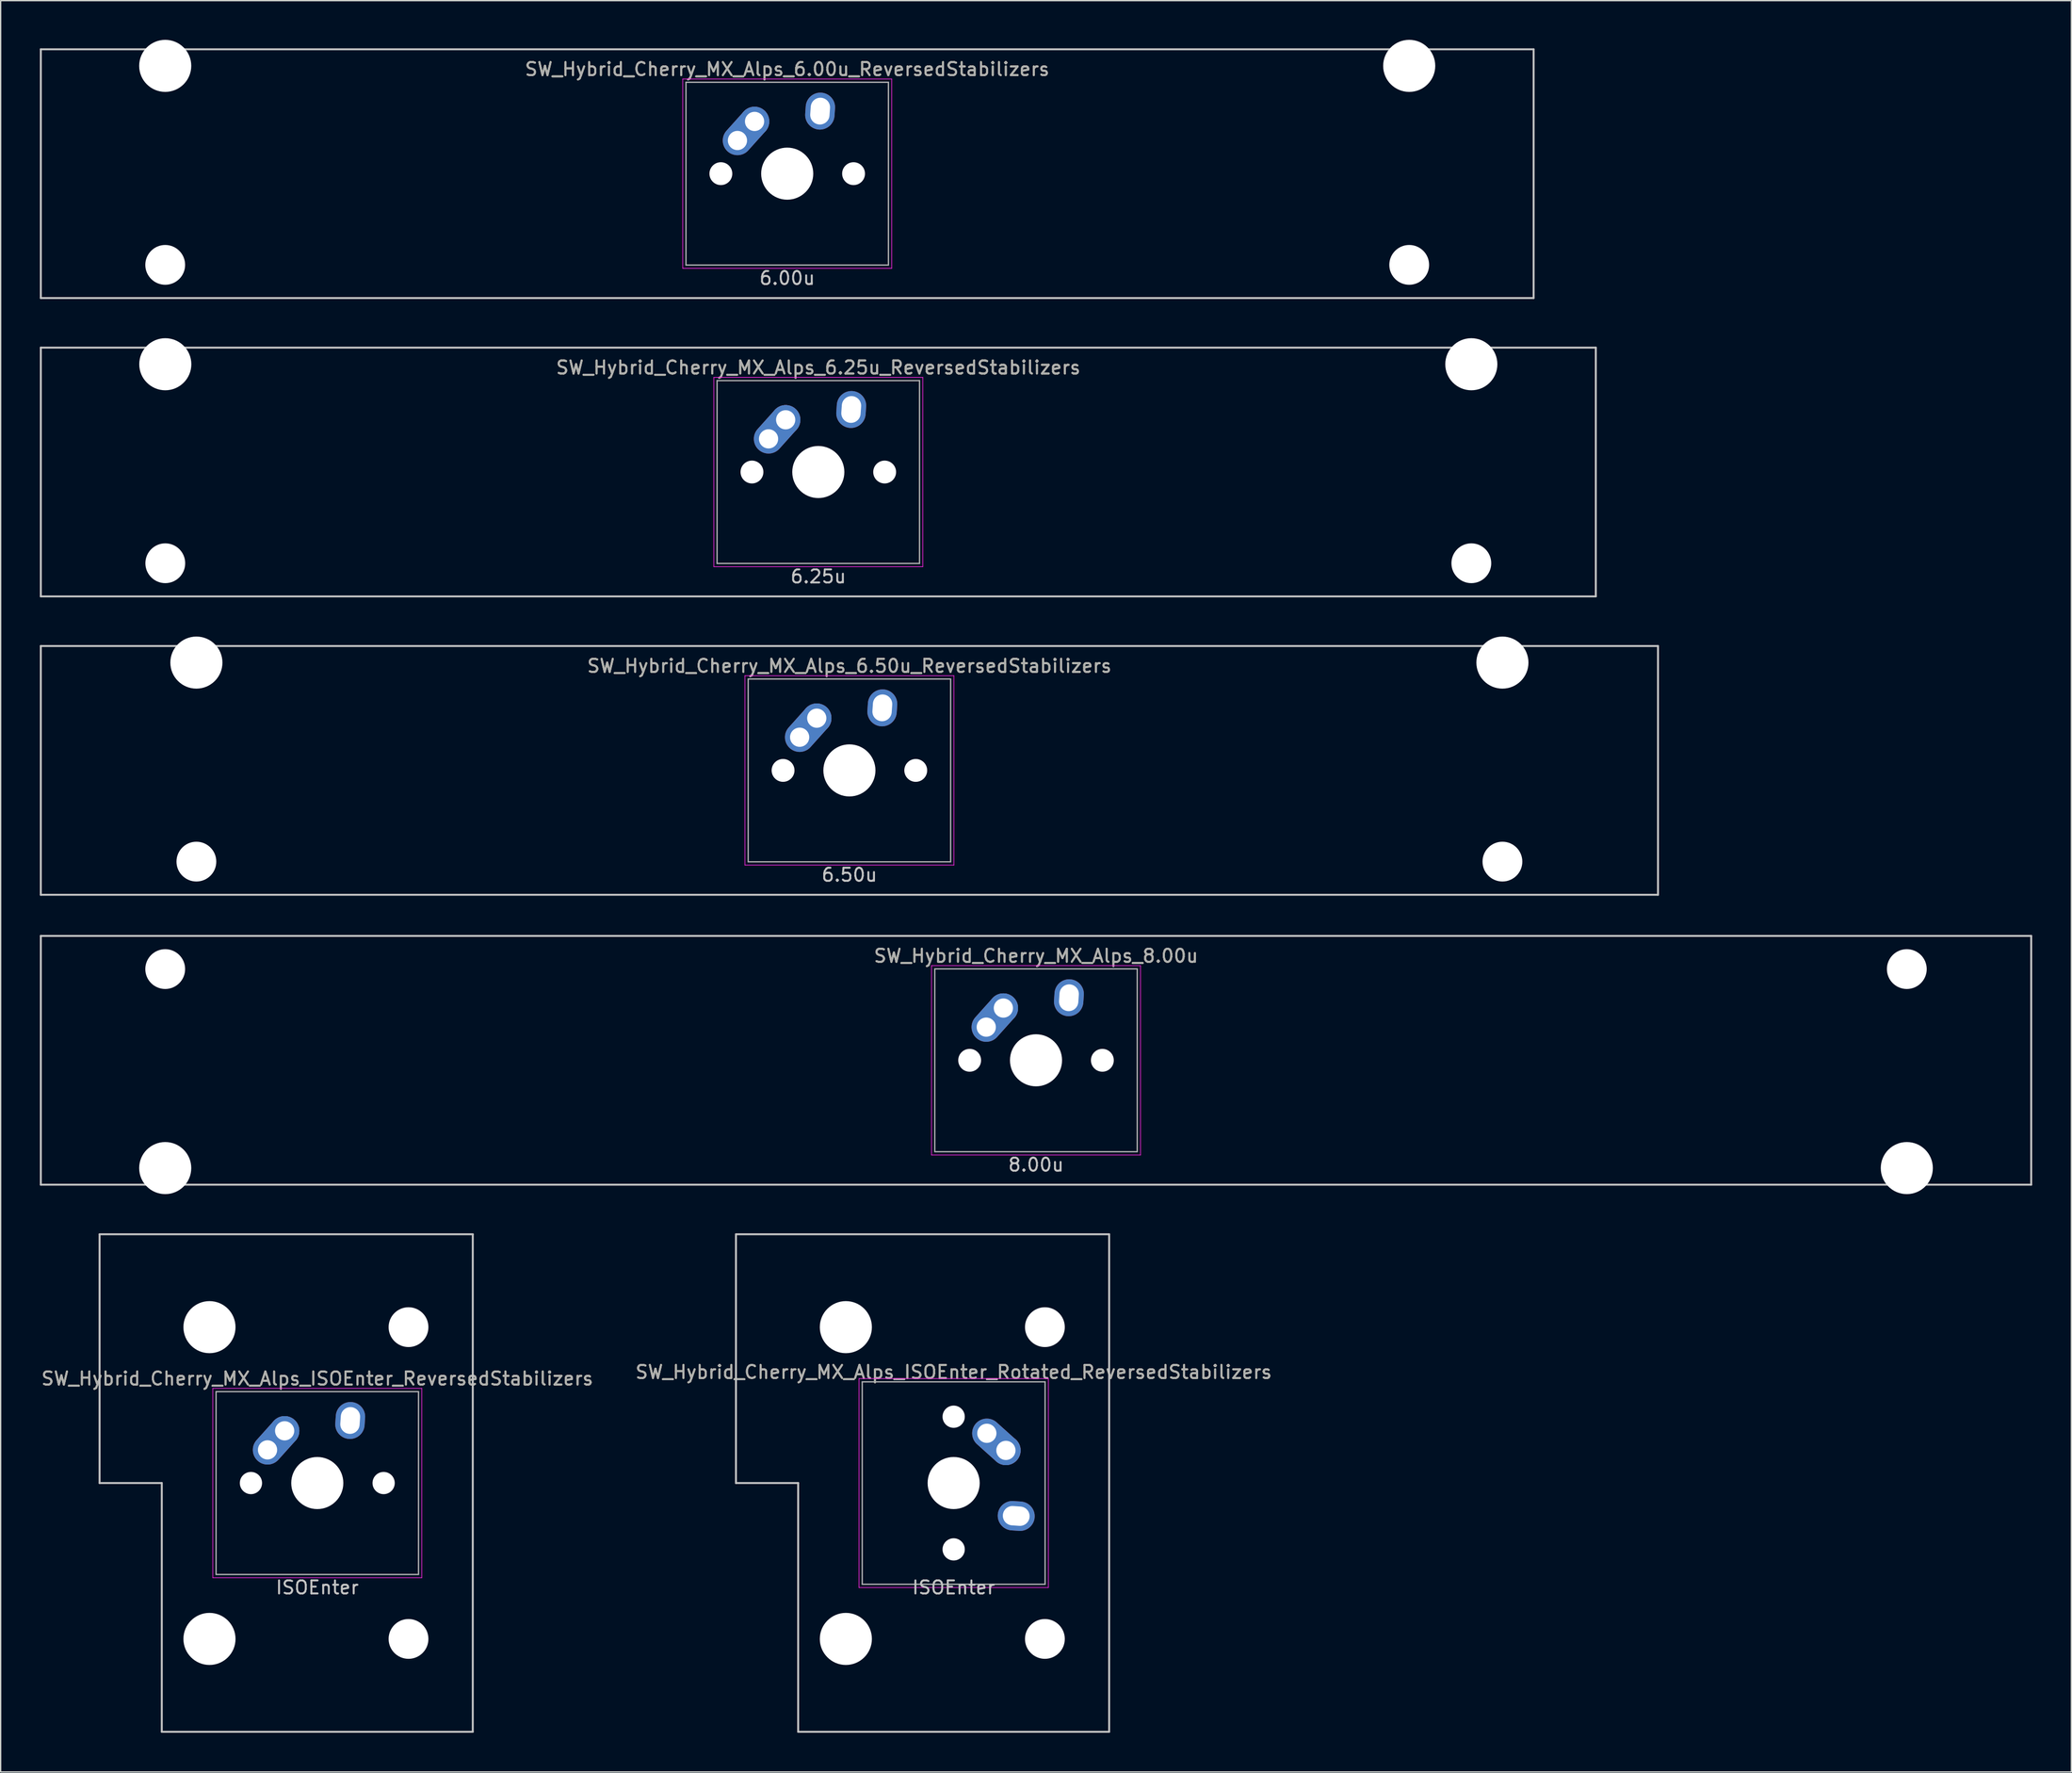
<source format=kicad_pcb>
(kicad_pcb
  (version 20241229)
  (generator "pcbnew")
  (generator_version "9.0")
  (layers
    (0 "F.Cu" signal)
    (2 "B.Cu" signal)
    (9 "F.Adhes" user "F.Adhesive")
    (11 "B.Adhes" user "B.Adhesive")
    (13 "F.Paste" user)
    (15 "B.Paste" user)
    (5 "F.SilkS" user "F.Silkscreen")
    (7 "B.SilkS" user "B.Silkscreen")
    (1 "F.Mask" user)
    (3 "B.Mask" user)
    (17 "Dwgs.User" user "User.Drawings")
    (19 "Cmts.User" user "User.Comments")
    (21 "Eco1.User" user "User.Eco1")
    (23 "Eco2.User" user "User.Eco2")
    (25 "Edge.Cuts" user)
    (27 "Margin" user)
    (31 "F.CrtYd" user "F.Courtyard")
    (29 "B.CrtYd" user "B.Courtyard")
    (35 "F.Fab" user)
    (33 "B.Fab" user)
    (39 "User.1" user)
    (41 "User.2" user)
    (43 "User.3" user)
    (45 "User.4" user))
  (footprint "SW_Hybrid_Cherry_MX_Alps_6.50u_ReversedStabilizers"
    (layer "F.Cu")
    (at 61.987 55.947)
    (property "Reference" "SW_Hybrid_Cherry_MX_Alps_6.50u_ReversedStabilizers" (at 0 -8 0) (layer "F.SilkS") (effects (font (size 1 1) (thickness 0.15))))
    (attr through_hole)
    (fp_line (start -61.913 -9.525) (end 61.913 -9.525) (stroke (width 0.15) (type solid)) (layer "Dwgs.User"))
    (fp_line (start -61.913 9.525) (end -61.913 -9.525) (stroke (width 0.15) (type solid)) (layer "Dwgs.User"))
    (fp_line (start -61.913 9.525) (end 61.913 9.525) (stroke (width 0.15) (type solid)) (layer "Dwgs.User"))
    (fp_line (start 61.913 -9.525) (end 61.913 9.525) (stroke (width 0.15) (type solid)) (layer "Dwgs.User"))
    (fp_line (start -8 -7.25) (end 8 -7.25) (stroke (width 0.05) (type solid)) (layer "F.CrtYd"))
    (fp_line (start -8 7.25) (end -8 -7.25) (stroke (width 0.05) (type solid)) (layer "F.CrtYd"))
    (fp_line (start 8 -7.25) (end 8 7.25) (stroke (width 0.05) (type solid)) (layer "F.CrtYd"))
    (fp_line (start 8 7.25) (end -8 7.25) (stroke (width 0.05) (type solid)) (layer "F.CrtYd"))
    (fp_line (start -7.75 -7) (end 7.75 -7) (stroke (width 0.1) (type solid)) (layer "F.Fab"))
    (fp_line (start -7.75 7) (end -7.75 -7) (stroke (width 0.1) (type solid)) (layer "F.Fab"))
    (fp_line (start 7.75 -7) (end 7.75 7) (stroke (width 0.1) (type solid)) (layer "F.Fab"))
    (fp_line (start 7.75 7) (end -7.75 7) (stroke (width 0.1) (type solid)) (layer "F.Fab"))
    (fp_text user "6.50u" (at 0 8 0) (layer "Dwgs.User") (effects (font (size 1 1) (thickness 0.15))))
    (fp_text user "${REFERENCE}" (at 0 -8 0) (layer "F.Fab") (effects (font (size 1 1) (thickness 0.15))))
    (pad "" np_thru_hole circle (at -50 -8.255) (size 3.988 3.988) (drill 3.988) (layers "*.Cu" "*.Mask"))
    (pad "" np_thru_hole circle (at -50 6.985) (size 3.048 3.048) (drill 3.048) (layers "*.Cu" "*.Mask"))
    (pad "" np_thru_hole circle (at -5.08 0 48.1) (size 1.75 1.75) (drill 1.75) (layers "*.Cu" "*.Mask"))
    (pad "" np_thru_hole circle (at 0 0) (size 3.988 3.988) (drill 3.988) (layers "*.Cu" "*.Mask"))
    (pad "" np_thru_hole circle (at 5.08 0 48.1) (size 1.75 1.75) (drill 1.75) (layers "*.Cu" "*.Mask"))
    (pad "" np_thru_hole circle (at 50 -8.255) (size 3.988 3.988) (drill 3.988) (layers "*.Cu" "*.Mask"))
    (pad "" np_thru_hole circle (at 50 6.985) (size 3.048 3.048) (drill 3.048) (layers "*.Cu" "*.Mask"))
    (pad "1" thru_hole oval (at -3.81 -2.54 48.1) (size 4.212 2.25) (drill 1.47 (offset 0.981 0)) (layers "*.Cu" "B.Mask"))
    (pad "1" thru_hole circle (at -2.5 -4) (size 2.25 2.25) (drill 1.47) (layers "*.Cu" "B.Mask"))
    (pad "2" thru_hole oval (at 2.52 -4.79 86) (size 2.831 2.25) (drill oval 2.051 1.48) (layers "*.Cu" "B.Mask")))
  (footprint "SW_Hybrid_Cherry_MX_Alps_6.25u_ReversedStabilizers"
    (layer "F.Cu")
    (at 59.606 33.098)
    (property "Reference" "SW_Hybrid_Cherry_MX_Alps_6.25u_ReversedStabilizers" (at 0 -8 0) (layer "F.SilkS") (effects (font (size 1 1) (thickness 0.15))))
    (attr through_hole)
    (fp_line (start -59.531 -9.525) (end 59.531 -9.525) (stroke (width 0.15) (type solid)) (layer "Dwgs.User"))
    (fp_line (start -59.531 9.525) (end -59.531 -9.525) (stroke (width 0.15) (type solid)) (layer "Dwgs.User"))
    (fp_line (start -59.531 9.525) (end 59.531 9.525) (stroke (width 0.15) (type solid)) (layer "Dwgs.User"))
    (fp_line (start 59.531 -9.525) (end 59.531 9.525) (stroke (width 0.15) (type solid)) (layer "Dwgs.User"))
    (fp_line (start -8 -7.25) (end 8 -7.25) (stroke (width 0.05) (type solid)) (layer "F.CrtYd"))
    (fp_line (start -8 7.25) (end -8 -7.25) (stroke (width 0.05) (type solid)) (layer "F.CrtYd"))
    (fp_line (start 8 -7.25) (end 8 7.25) (stroke (width 0.05) (type solid)) (layer "F.CrtYd"))
    (fp_line (start 8 7.25) (end -8 7.25) (stroke (width 0.05) (type solid)) (layer "F.CrtYd"))
    (fp_line (start -7.75 -7) (end 7.75 -7) (stroke (width 0.1) (type solid)) (layer "F.Fab"))
    (fp_line (start -7.75 7) (end -7.75 -7) (stroke (width 0.1) (type solid)) (layer "F.Fab"))
    (fp_line (start 7.75 -7) (end 7.75 7) (stroke (width 0.1) (type solid)) (layer "F.Fab"))
    (fp_line (start 7.75 7) (end -7.75 7) (stroke (width 0.1) (type solid)) (layer "F.Fab"))
    (fp_text user "6.25u" (at 0 8 0) (layer "Dwgs.User") (effects (font (size 1 1) (thickness 0.15))))
    (fp_text user "${REFERENCE}" (at 0 -8 0) (layer "F.Fab") (effects (font (size 1 1) (thickness 0.15))))
    (pad "" np_thru_hole circle (at -50 -8.255) (size 3.988 3.988) (drill 3.988) (layers "*.Cu" "*.Mask"))
    (pad "" np_thru_hole circle (at -50 6.985) (size 3.048 3.048) (drill 3.048) (layers "*.Cu" "*.Mask"))
    (pad "" np_thru_hole circle (at -5.08 0 48.1) (size 1.75 1.75) (drill 1.75) (layers "*.Cu" "*.Mask"))
    (pad "" np_thru_hole circle (at 0 0) (size 3.988 3.988) (drill 3.988) (layers "*.Cu" "*.Mask"))
    (pad "" np_thru_hole circle (at 5.08 0 48.1) (size 1.75 1.75) (drill 1.75) (layers "*.Cu" "*.Mask"))
    (pad "" np_thru_hole circle (at 50 -8.255) (size 3.988 3.988) (drill 3.988) (layers "*.Cu" "*.Mask"))
    (pad "" np_thru_hole circle (at 50 6.985) (size 3.048 3.048) (drill 3.048) (layers "*.Cu" "*.Mask"))
    (pad "1" thru_hole oval (at -3.81 -2.54 48.1) (size 4.212 2.25) (drill 1.47 (offset 0.981 0)) (layers "*.Cu" "B.Mask"))
    (pad "1" thru_hole circle (at -2.5 -4) (size 2.25 2.25) (drill 1.47) (layers "*.Cu" "B.Mask"))
    (pad "2" thru_hole oval (at 2.52 -4.79 86) (size 2.831 2.25) (drill oval 2.051 1.48) (layers "*.Cu" "B.Mask")))
  (footprint "SW_Hybrid_Cherry_MX_Alps_6.00u_ReversedStabilizers"
    (layer "F.Cu")
    (at 57.225 10.249)
    (property "Reference" "SW_Hybrid_Cherry_MX_Alps_6.00u_ReversedStabilizers" (at 0 -8 0) (layer "F.SilkS") (effects (font (size 1 1) (thickness 0.15))))
    (attr through_hole)
    (fp_line (start -57.15 -9.525) (end 57.15 -9.525) (stroke (width 0.15) (type solid)) (layer "Dwgs.User"))
    (fp_line (start -57.15 9.525) (end -57.15 -9.525) (stroke (width 0.15) (type solid)) (layer "Dwgs.User"))
    (fp_line (start -57.15 9.525) (end 57.15 9.525) (stroke (width 0.15) (type solid)) (layer "Dwgs.User"))
    (fp_line (start 57.15 -9.525) (end 57.15 9.525) (stroke (width 0.15) (type solid)) (layer "Dwgs.User"))
    (fp_line (start -8 -7.25) (end 8 -7.25) (stroke (width 0.05) (type solid)) (layer "F.CrtYd"))
    (fp_line (start -8 7.25) (end -8 -7.25) (stroke (width 0.05) (type solid)) (layer "F.CrtYd"))
    (fp_line (start 8 -7.25) (end 8 7.25) (stroke (width 0.05) (type solid)) (layer "F.CrtYd"))
    (fp_line (start 8 7.25) (end -8 7.25) (stroke (width 0.05) (type solid)) (layer "F.CrtYd"))
    (fp_line (start -7.75 -7) (end 7.75 -7) (stroke (width 0.1) (type solid)) (layer "F.Fab"))
    (fp_line (start -7.75 7) (end -7.75 -7) (stroke (width 0.1) (type solid)) (layer "F.Fab"))
    (fp_line (start 7.75 -7) (end 7.75 7) (stroke (width 0.1) (type solid)) (layer "F.Fab"))
    (fp_line (start 7.75 7) (end -7.75 7) (stroke (width 0.1) (type solid)) (layer "F.Fab"))
    (fp_text user "6.00u" (at 0 8 0) (layer "Dwgs.User") (effects (font (size 1 1) (thickness 0.15))))
    (fp_text user "${REFERENCE}" (at 0 -8 0) (layer "F.Fab") (effects (font (size 1 1) (thickness 0.15))))
    (pad "" np_thru_hole circle (at -47.625 -8.255) (size 3.988 3.988) (drill 3.988) (layers "*.Cu" "*.Mask"))
    (pad "" np_thru_hole circle (at -47.625 6.985) (size 3.048 3.048) (drill 3.048) (layers "*.Cu" "*.Mask"))
    (pad "" np_thru_hole circle (at -5.08 0 48.1) (size 1.75 1.75) (drill 1.75) (layers "*.Cu" "*.Mask"))
    (pad "" np_thru_hole circle (at 0 0) (size 3.988 3.988) (drill 3.988) (layers "*.Cu" "*.Mask"))
    (pad "" np_thru_hole circle (at 5.08 0 48.1) (size 1.75 1.75) (drill 1.75) (layers "*.Cu" "*.Mask"))
    (pad "" np_thru_hole circle (at 47.625 -8.255) (size 3.988 3.988) (drill 3.988) (layers "*.Cu" "*.Mask"))
    (pad "" np_thru_hole circle (at 47.625 6.985) (size 3.048 3.048) (drill 3.048) (layers "*.Cu" "*.Mask"))
    (pad "1" thru_hole oval (at -3.81 -2.54 48.1) (size 4.212 2.25) (drill 1.47 (offset 0.981 0)) (layers "*.Cu" "B.Mask"))
    (pad "1" thru_hole circle (at -2.5 -4) (size 2.25 2.25) (drill 1.47) (layers "*.Cu" "B.Mask"))
    (pad "2" thru_hole oval (at 2.52 -4.79 86) (size 2.831 2.25) (drill oval 2.051 1.48) (layers "*.Cu" "B.Mask")))
  (footprint "SW_Hybrid_Cherry_MX_Alps_8.00u"
    (layer "F.Cu")
    (at 76.275 78.147)
    (property "Reference" "SW_Hybrid_Cherry_MX_Alps_8.00u" (at 0 -8 0) (layer "F.SilkS") (effects (font (size 1 1) (thickness 0.15))))
    (attr through_hole)
    (fp_line (start -76.2 -9.525) (end 76.2 -9.525) (stroke (width 0.15) (type solid)) (layer "Dwgs.User"))
    (fp_line (start -76.2 9.525) (end -76.2 -9.525) (stroke (width 0.15) (type solid)) (layer "Dwgs.User"))
    (fp_line (start -76.2 9.525) (end 76.2 9.525) (stroke (width 0.15) (type solid)) (layer "Dwgs.User"))
    (fp_line (start 76.2 -9.525) (end 76.2 9.525) (stroke (width 0.15) (type solid)) (layer "Dwgs.User"))
    (fp_line (start -8 -7.25) (end 8 -7.25) (stroke (width 0.05) (type solid)) (layer "F.CrtYd"))
    (fp_line (start -8 7.25) (end -8 -7.25) (stroke (width 0.05) (type solid)) (layer "F.CrtYd"))
    (fp_line (start 8 -7.25) (end 8 7.25) (stroke (width 0.05) (type solid)) (layer "F.CrtYd"))
    (fp_line (start 8 7.25) (end -8 7.25) (stroke (width 0.05) (type solid)) (layer "F.CrtYd"))
    (fp_line (start -7.75 -7) (end 7.75 -7) (stroke (width 0.1) (type solid)) (layer "F.Fab"))
    (fp_line (start -7.75 7) (end -7.75 -7) (stroke (width 0.1) (type solid)) (layer "F.Fab"))
    (fp_line (start 7.75 -7) (end 7.75 7) (stroke (width 0.1) (type solid)) (layer "F.Fab"))
    (fp_line (start 7.75 7) (end -7.75 7) (stroke (width 0.1) (type solid)) (layer "F.Fab"))
    (fp_text user "8.00u" (at 0 8 0) (layer "Dwgs.User") (effects (font (size 1 1) (thickness 0.15))))
    (fp_text user "${REFERENCE}" (at 0 -8 0) (layer "F.Fab") (effects (font (size 1 1) (thickness 0.15))))
    (pad "" np_thru_hole circle (at -66.675 -6.985) (size 3.048 3.048) (drill 3.048) (layers "*.Cu" "*.Mask"))
    (pad "" np_thru_hole circle (at -66.675 8.255) (size 3.988 3.988) (drill 3.988) (layers "*.Cu" "*.Mask"))
    (pad "" np_thru_hole circle (at -5.08 0 48.1) (size 1.75 1.75) (drill 1.75) (layers "*.Cu" "*.Mask"))
    (pad "" np_thru_hole circle (at 0 0) (size 3.988 3.988) (drill 3.988) (layers "*.Cu" "*.Mask"))
    (pad "" np_thru_hole circle (at 5.08 0 48.1) (size 1.75 1.75) (drill 1.75) (layers "*.Cu" "*.Mask"))
    (pad "" np_thru_hole circle (at 66.675 -6.985) (size 3.048 3.048) (drill 3.048) (layers "*.Cu" "*.Mask"))
    (pad "" np_thru_hole circle (at 66.675 8.255) (size 3.988 3.988) (drill 3.988) (layers "*.Cu" "*.Mask"))
    (pad "1" thru_hole oval (at -3.81 -2.54 48.1) (size 4.212 2.25) (drill 1.47 (offset 0.981 0)) (layers "*.Cu" "B.Mask"))
    (pad "1" thru_hole circle (at -2.5 -4) (size 2.25 2.25) (drill 1.47) (layers "*.Cu" "B.Mask"))
    (pad "2" thru_hole oval (at 2.52 -4.79 86) (size 2.831 2.25) (drill oval 2.051 1.48) (layers "*.Cu" "B.Mask")))
  (footprint "SW_Hybrid_Cherry_MX_Alps_ISOEnter_ReversedStabilizers"
    (layer "F.Cu")
    (at 21.244 110.521)
    (property "Reference" "SW_Hybrid_Cherry_MX_Alps_ISOEnter_ReversedStabilizers" (at 0 -8 0) (layer "F.SilkS") (effects (font (size 1 1) (thickness 0.15))))
    (attr through_hole)
    (fp_line (start -16.669 -19.05) (end -16.669 0) (stroke (width 0.15) (type solid)) (layer "Dwgs.User"))
    (fp_line (start -16.669 -19.05) (end 11.906 -19.05) (stroke (width 0.15) (type solid)) (layer "Dwgs.User"))
    (fp_line (start -11.906 0) (end -16.669 0) (stroke (width 0.15) (type solid)) (layer "Dwgs.User"))
    (fp_line (start -11.906 19.05) (end -11.906 0) (stroke (width 0.15) (type solid)) (layer "Dwgs.User"))
    (fp_line (start -11.906 19.05) (end 11.906 19.05) (stroke (width 0.15) (type solid)) (layer "Dwgs.User"))
    (fp_line (start 11.906 -19.05) (end 11.906 19.05) (stroke (width 0.15) (type solid)) (layer "Dwgs.User"))
    (fp_line (start -8 -7.25) (end 8 -7.25) (stroke (width 0.05) (type solid)) (layer "F.CrtYd"))
    (fp_line (start -8 7.25) (end -8 -7.25) (stroke (width 0.05) (type solid)) (layer "F.CrtYd"))
    (fp_line (start 8 -7.25) (end 8 7.25) (stroke (width 0.05) (type solid)) (layer "F.CrtYd"))
    (fp_line (start 8 7.25) (end -8 7.25) (stroke (width 0.05) (type solid)) (layer "F.CrtYd"))
    (fp_line (start -7.75 -7) (end 7.75 -7) (stroke (width 0.1) (type solid)) (layer "F.Fab"))
    (fp_line (start -7.75 7) (end -7.75 -7) (stroke (width 0.1) (type solid)) (layer "F.Fab"))
    (fp_line (start 7.75 -7) (end 7.75 7) (stroke (width 0.1) (type solid)) (layer "F.Fab"))
    (fp_line (start 7.75 7) (end -7.75 7) (stroke (width 0.1) (type solid)) (layer "F.Fab"))
    (fp_text user "ISOEnter" (at 0 8 0) (layer "Dwgs.User") (effects (font (size 1 1) (thickness 0.15))))
    (fp_text user "${REFERENCE}" (at 0 -8 0) (layer "F.Fab") (effects (font (size 1 1) (thickness 0.15))))
    (pad "" np_thru_hole circle (at -8.255 -11.938) (size 3.988 3.988) (drill 3.988) (layers "*.Cu" "*.Mask"))
    (pad "" np_thru_hole circle (at -8.255 11.938) (size 3.988 3.988) (drill 3.988) (layers "*.Cu" "*.Mask"))
    (pad "" np_thru_hole circle (at -5.08 0 138.1) (size 1.702 1.702) (drill 1.702) (layers "*.Cu" "*.Mask"))
    (pad "" np_thru_hole circle (at 0 0) (size 3.988 3.988) (drill 3.988) (layers "*.Cu" "*.Mask"))
    (pad "" np_thru_hole circle (at 5.08 0 138.1) (size 1.702 1.702) (drill 1.702) (layers "*.Cu" "*.Mask"))
    (pad "" np_thru_hole circle (at 6.985 -11.938) (size 3.048 3.048) (drill 3.048) (layers "*.Cu" "*.Mask"))
    (pad "" np_thru_hole circle (at 6.985 11.938) (size 3.048 3.048) (drill 3.048) (layers "*.Cu" "*.Mask"))
    (pad "1" thru_hole oval (at -3.81 -2.54 48.1) (size 4.212 2.25) (drill 1.47 (offset 0.981 0)) (layers "*.Cu" "B.Mask"))
    (pad "1" thru_hole circle (at -2.5 -4) (size 2.25 2.25) (drill 1.47) (layers "*.Cu" "B.Mask"))
    (pad "2" thru_hole oval (at 2.52 -4.79 86) (size 2.831 2.25) (drill oval 2.051 1.48) (layers "*.Cu" "B.Mask")))
  (footprint "SW_Hybrid_Cherry_MX_Alps_ISOEnter_Rotated_ReversedStabilizers"
    (layer "F.Cu")
    (at 69.97 110.521)
    (property "Reference" "SW_Hybrid_Cherry_MX_Alps_ISOEnter_Rotated_ReversedStabilizers" (at 0 -8.5 0) (layer "F.SilkS") (effects (font (size 1 1) (thickness 0.15))))
    (attr through_hole)
    (fp_line (start -16.669 -19.05) (end -16.669 0) (stroke (width 0.15) (type solid)) (layer "Dwgs.User"))
    (fp_line (start -16.669 -19.05) (end 11.906 -19.05) (stroke (width 0.15) (type solid)) (layer "Dwgs.User"))
    (fp_line (start -11.906 0) (end -16.669 0) (stroke (width 0.15) (type solid)) (layer "Dwgs.User"))
    (fp_line (start -11.906 19.05) (end -11.906 0) (stroke (width 0.15) (type solid)) (layer "Dwgs.User"))
    (fp_line (start -11.906 19.05) (end 11.906 19.05) (stroke (width 0.15) (type solid)) (layer "Dwgs.User"))
    (fp_line (start 11.906 -19.05) (end 11.906 19.05) (stroke (width 0.15) (type solid)) (layer "Dwgs.User"))
    (fp_line (start -7.25 -8) (end 7.25 -8) (stroke (width 0.05) (type solid)) (layer "F.CrtYd"))
    (fp_line (start -7.25 8) (end -7.25 -8) (stroke (width 0.05) (type solid)) (layer "F.CrtYd"))
    (fp_line (start 7.25 -8) (end 7.25 8) (stroke (width 0.05) (type solid)) (layer "F.CrtYd"))
    (fp_line (start 7.25 8) (end -7.25 8) (stroke (width 0.05) (type solid)) (layer "F.CrtYd"))
    (fp_line (start -7 -7.75) (end 7 -7.75) (stroke (width 0.1) (type solid)) (layer "F.Fab"))
    (fp_line (start -7 7.75) (end -7 -7.75) (stroke (width 0.1) (type solid)) (layer "F.Fab"))
    (fp_line (start 7 -7.75) (end 7 7.75) (stroke (width 0.1) (type solid)) (layer "F.Fab"))
    (fp_line (start 7 7.75) (end -7 7.75) (stroke (width 0.1) (type solid)) (layer "F.Fab"))
    (fp_text user "ISOEnter" (at 0 8 0) (layer "Dwgs.User") (effects (font (size 1 1) (thickness 0.15))))
    (fp_text user "${REFERENCE}" (at 0 -8.5 0) (layer "F.Fab") (effects (font (size 1 1) (thickness 0.15))))
    (pad "" np_thru_hole circle (at -8.255 -11.938) (size 3.988 3.988) (drill 3.988) (layers "*.Cu" "*.Mask"))
    (pad "" np_thru_hole circle (at -8.255 11.938) (size 3.988 3.988) (drill 3.988) (layers "*.Cu" "*.Mask"))
    (pad "" np_thru_hole circle (at 0 -5.08 48.1) (size 1.702 1.702) (drill 1.702) (layers "*.Cu" "*.Mask"))
    (pad "" np_thru_hole circle (at 0 0 270) (size 3.988 3.988) (drill 3.988) (layers "*.Cu" "*.Mask"))
    (pad "" np_thru_hole circle (at 0 5.08 48.1) (size 1.702 1.702) (drill 1.702) (layers "*.Cu" "*.Mask"))
    (pad "" np_thru_hole circle (at 6.985 -11.938) (size 3.048 3.048) (drill 3.048) (layers "*.Cu" "*.Mask"))
    (pad "" np_thru_hole circle (at 6.985 11.938) (size 3.048 3.048) (drill 3.048) (layers "*.Cu" "*.Mask"))
    (pad "1" thru_hole oval (at 2.54 -3.81 318.1) (size 4.212 2.25) (drill 1.47 (offset 0.981 0)) (layers "*.Cu" "B.Mask"))
    (pad "1" thru_hole circle (at 4 -2.5 270) (size 2.25 2.25) (drill 1.47) (layers "*.Cu" "B.Mask"))
    (pad "2" thru_hole oval (at 4.79 2.52 356) (size 2.831 2.25) (drill oval 2.051 1.48) (layers "*.Cu" "B.Mask")))
  (gr_rect
    (start -3 -3)
    (end 155.55 132.646)
    (stroke (width 0.1) (type default))
    (fill no)
    (layer "Edge.Cuts")))
</source>
